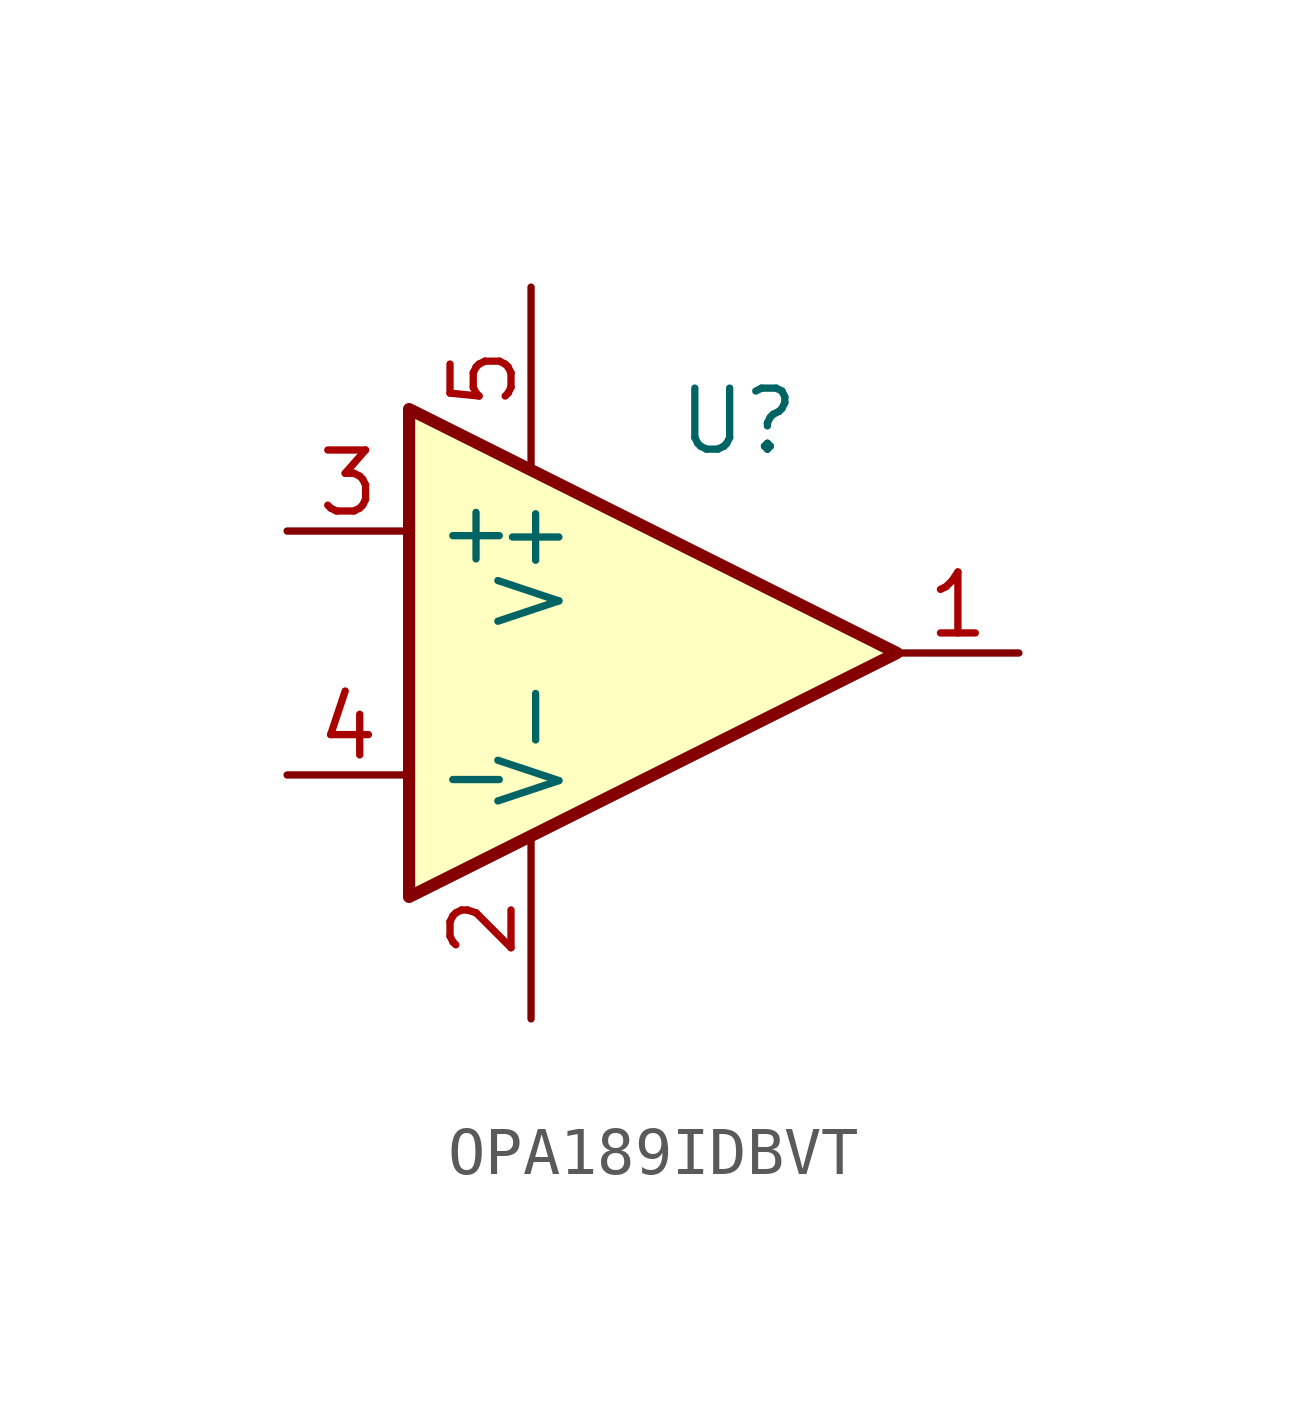
<source format=kicad_sym>
(kicad_symbol_lib
  (version 20231120)
  (generator "kicad_symbol_editor")
  (generator_version "8.0")
  (symbol "OPA189IDBVT"
    (property "Reference" "U"
      (at 9.398 12.446 0)
      (effects (font (size 1.27 1.27))))
    (property "Value" ""
      (at 3.81 15.24 0)
      (effects (font (size 1.27 1.27))))
    (symbol "OPA189IDBVT_1_1"
      (polyline (pts (xy 12.7 7.62) (xy 2.54 12.7) (xy 2.54 2.54) (xy 12.7 7.62)) (stroke (width 0.254) (type default)) (fill (type background)))
      (pin output line (at 15.24 7.62 180) (length 2.54) (name "~" (effects (font (size 1.27 1.27)))) (number "1" (effects (font (size 1.27 1.27)))))
      (pin power_in line (at 5.08 0 90) (length 3.81) (name "V-" (effects (font (size 1.27 1.27)))) (number "2" (effects (font (size 1.27 1.27)))))
      (pin input line (at 0 10.16 0) (length 2.54) (name "+" (effects (font (size 1.27 1.27)))) (number "3" (effects (font (size 1.27 1.27)))))
      (pin input line (at 0 5.08 0) (length 2.54) (name "-" (effects (font (size 1.27 1.27)))) (number "4" (effects (font (size 1.27 1.27)))))
      (pin power_in line (at 5.08 15.24 270) (length 3.81) (name "V+" (effects (font (size 1.27 1.27)))) (number "5" (effects (font (size 1.27 1.27))))))))
</source>
